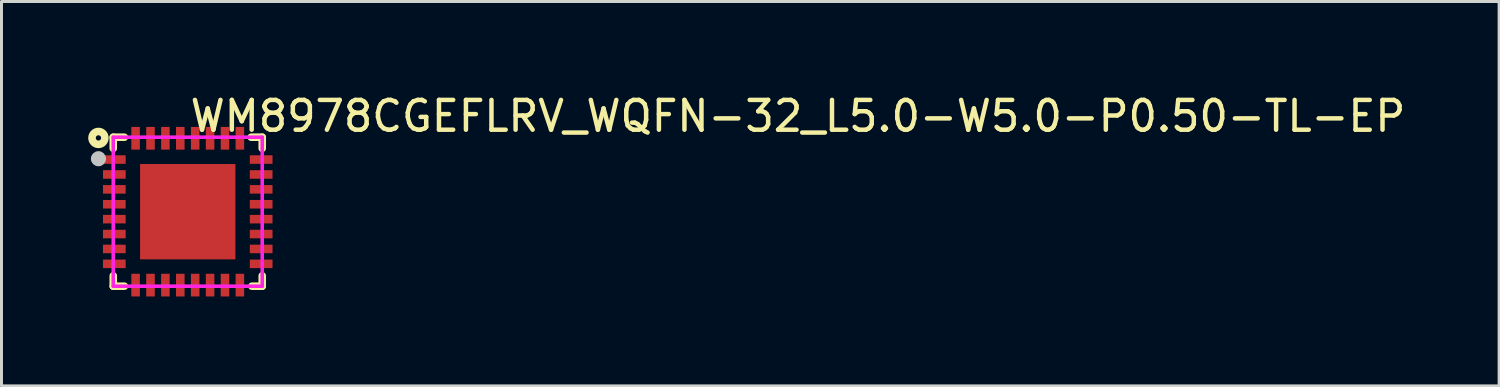
<source format=kicad_pcb>
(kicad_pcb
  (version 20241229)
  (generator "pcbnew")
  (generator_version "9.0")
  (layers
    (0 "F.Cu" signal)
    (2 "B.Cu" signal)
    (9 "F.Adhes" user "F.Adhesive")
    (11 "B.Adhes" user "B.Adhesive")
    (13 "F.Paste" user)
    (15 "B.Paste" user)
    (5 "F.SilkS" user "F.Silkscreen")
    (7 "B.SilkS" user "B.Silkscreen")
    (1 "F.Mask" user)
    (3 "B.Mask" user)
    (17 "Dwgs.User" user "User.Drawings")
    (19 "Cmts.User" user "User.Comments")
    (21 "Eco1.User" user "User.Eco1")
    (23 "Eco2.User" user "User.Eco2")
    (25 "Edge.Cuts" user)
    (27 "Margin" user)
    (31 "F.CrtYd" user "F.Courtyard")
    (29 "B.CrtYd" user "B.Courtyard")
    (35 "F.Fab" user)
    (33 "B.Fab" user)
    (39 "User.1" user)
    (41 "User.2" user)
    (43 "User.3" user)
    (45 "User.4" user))
  (footprint "WM8978CGEFLRV_WQFN-32_L5.0-W5.0-P0.50-TL-EP"
    (layer "F.Cu")
    (at 3.251 4.055)
    (property "Reference" "WM8978CGEFLRV_WQFN-32_L5.0-W5.0-P0.50-TL-EP" (at 0 -3.207 0) (layer "F.SilkS") (effects (font (size 1 1) (thickness 0.15)) (justify left)))
    (attr through_hole)
    (fp_line (start -2.5 -2.5) (end -2.5 -2.126) (stroke (width 0.254) (type solid)) (layer "F.SilkS"))
    (fp_line (start -2.5 -2.5) (end -2.126 -2.5) (stroke (width 0.254) (type solid)) (layer "F.SilkS"))
    (fp_line (start -2.5 2.151) (end -2.5 2.5) (stroke (width 0.254) (type solid)) (layer "F.SilkS"))
    (fp_line (start -2.126 2.5) (end -2.5 2.5) (stroke (width 0.254) (type solid)) (layer "F.SilkS"))
    (fp_line (start 2.129 -2.5) (end 2.5 -2.5) (stroke (width 0.254) (type solid)) (layer "F.SilkS"))
    (fp_line (start 2.5 -2.5) (end 2.5 -2.126) (stroke (width 0.254) (type solid)) (layer "F.SilkS"))
    (fp_line (start 2.5 2.151) (end 2.5 2.5) (stroke (width 0.254) (type solid)) (layer "F.SilkS"))
    (fp_line (start 2.5 2.5) (end 2.154 2.5) (stroke (width 0.254) (type solid)) (layer "F.SilkS"))
    (fp_circle (center -2.997 -2.476) (end -2.908 -2.476) (stroke (width 0.254) (type solid)) (fill no) (layer "F.SilkS"))
    (fp_circle (center -2.997 -1.778) (end -2.87 -1.778) (stroke (width 0.254) (type solid)) (fill no) (layer "Dwgs.User"))
    (fp_circle (center -2.45 -2.45) (end -2.4 -2.45) (stroke (width 0.1) (type solid)) (fill no) (layer "Eco2.User"))
    (fp_poly (pts (xy -2.483 -1.875) (xy -2.083 -1.875) (xy -2.083 -1.625) (xy -2.483 -1.625)) (stroke (width 0.12) (type solid)) (fill no) (layer "Eco2.User"))
    (fp_poly (pts (xy -2.483 -1.375) (xy -2.083 -1.375) (xy -2.083 -1.125) (xy -2.483 -1.125)) (stroke (width 0.12) (type solid)) (fill no) (layer "Eco2.User"))
    (fp_poly (pts (xy -2.483 -0.875) (xy -2.083 -0.875) (xy -2.083 -0.625) (xy -2.483 -0.625)) (stroke (width 0.12) (type solid)) (fill no) (layer "Eco2.User"))
    (fp_poly (pts (xy -2.483 -0.375) (xy -2.083 -0.375) (xy -2.083 -0.125) (xy -2.483 -0.125)) (stroke (width 0.12) (type solid)) (fill no) (layer "Eco2.User"))
    (fp_poly (pts (xy -2.483 0.125) (xy -2.083 0.125) (xy -2.083 0.375) (xy -2.483 0.375)) (stroke (width 0.12) (type solid)) (fill no) (layer "Eco2.User"))
    (fp_poly (pts (xy -2.483 0.625) (xy -2.083 0.625) (xy -2.083 0.875) (xy -2.483 0.875)) (stroke (width 0.12) (type solid)) (fill no) (layer "Eco2.User"))
    (fp_poly (pts (xy -2.483 1.125) (xy -2.083 1.125) (xy -2.083 1.375) (xy -2.483 1.375)) (stroke (width 0.12) (type solid)) (fill no) (layer "Eco2.User"))
    (fp_poly (pts (xy -2.483 1.625) (xy -2.083 1.625) (xy -2.083 1.875) (xy -2.483 1.875)) (stroke (width 0.12) (type solid)) (fill no) (layer "Eco2.User"))
    (fp_poly (pts (xy -1.875 -2.483) (xy -1.625 -2.483) (xy -1.625 -2.083) (xy -1.875 -2.083)) (stroke (width 0.12) (type solid)) (fill no) (layer "Eco2.User"))
    (fp_poly (pts (xy -1.875 2.083) (xy -1.625 2.083) (xy -1.625 2.483) (xy -1.875 2.483)) (stroke (width 0.12) (type solid)) (fill no) (layer "Eco2.User"))
    (fp_poly (pts (xy -1.6 -1.6) (xy 1.6 -1.6) (xy 1.6 1.6) (xy -1.6 1.6)) (stroke (width 0.12) (type solid)) (fill no) (layer "Eco2.User"))
    (fp_poly (pts (xy -1.375 -2.483) (xy -1.125 -2.483) (xy -1.125 -2.083) (xy -1.375 -2.083)) (stroke (width 0.12) (type solid)) (fill no) (layer "Eco2.User"))
    (fp_poly (pts (xy -1.375 2.083) (xy -1.125 2.083) (xy -1.125 2.483) (xy -1.375 2.483)) (stroke (width 0.12) (type solid)) (fill no) (layer "Eco2.User"))
    (fp_poly (pts (xy -0.875 -2.483) (xy -0.625 -2.483) (xy -0.625 -2.083) (xy -0.875 -2.083)) (stroke (width 0.12) (type solid)) (fill no) (layer "Eco2.User"))
    (fp_poly (pts (xy -0.875 2.083) (xy -0.625 2.083) (xy -0.625 2.483) (xy -0.875 2.483)) (stroke (width 0.12) (type solid)) (fill no) (layer "Eco2.User"))
    (fp_poly (pts (xy -0.375 -2.483) (xy -0.125 -2.483) (xy -0.125 -2.083) (xy -0.375 -2.083)) (stroke (width 0.12) (type solid)) (fill no) (layer "Eco2.User"))
    (fp_poly (pts (xy -0.375 2.083) (xy -0.125 2.083) (xy -0.125 2.483) (xy -0.375 2.483)) (stroke (width 0.12) (type solid)) (fill no) (layer "Eco2.User"))
    (fp_poly (pts (xy 0.125 -2.483) (xy 0.375 -2.483) (xy 0.375 -2.083) (xy 0.125 -2.083)) (stroke (width 0.12) (type solid)) (fill no) (layer "Eco2.User"))
    (fp_poly (pts (xy 0.125 2.083) (xy 0.375 2.083) (xy 0.375 2.483) (xy 0.125 2.483)) (stroke (width 0.12) (type solid)) (fill no) (layer "Eco2.User"))
    (fp_poly (pts (xy 0.625 -2.483) (xy 0.875 -2.483) (xy 0.875 -2.083) (xy 0.625 -2.083)) (stroke (width 0.12) (type solid)) (fill no) (layer "Eco2.User"))
    (fp_poly (pts (xy 0.625 2.083) (xy 0.875 2.083) (xy 0.875 2.483) (xy 0.625 2.483)) (stroke (width 0.12) (type solid)) (fill no) (layer "Eco2.User"))
    (fp_poly (pts (xy 1.125 -2.483) (xy 1.375 -2.483) (xy 1.375 -2.083) (xy 1.125 -2.083)) (stroke (width 0.12) (type solid)) (fill no) (layer "Eco2.User"))
    (fp_poly (pts (xy 1.125 2.083) (xy 1.375 2.083) (xy 1.375 2.483) (xy 1.125 2.483)) (stroke (width 0.12) (type solid)) (fill no) (layer "Eco2.User"))
    (fp_poly (pts (xy 1.625 -2.483) (xy 1.875 -2.483) (xy 1.875 -2.083) (xy 1.625 -2.083)) (stroke (width 0.12) (type solid)) (fill no) (layer "Eco2.User"))
    (fp_poly (pts (xy 1.625 2.083) (xy 1.875 2.083) (xy 1.875 2.483) (xy 1.625 2.483)) (stroke (width 0.12) (type solid)) (fill no) (layer "Eco2.User"))
    (fp_poly (pts (xy 2.083 -1.875) (xy 2.483 -1.875) (xy 2.483 -1.625) (xy 2.083 -1.625)) (stroke (width 0.12) (type solid)) (fill no) (layer "Eco2.User"))
    (fp_poly (pts (xy 2.083 -1.375) (xy 2.483 -1.375) (xy 2.483 -1.125) (xy 2.083 -1.125)) (stroke (width 0.12) (type solid)) (fill no) (layer "Eco2.User"))
    (fp_poly (pts (xy 2.083 -0.875) (xy 2.483 -0.875) (xy 2.483 -0.625) (xy 2.083 -0.625)) (stroke (width 0.12) (type solid)) (fill no) (layer "Eco2.User"))
    (fp_poly (pts (xy 2.083 -0.375) (xy 2.483 -0.375) (xy 2.483 -0.125) (xy 2.083 -0.125)) (stroke (width 0.12) (type solid)) (fill no) (layer "Eco2.User"))
    (fp_poly (pts (xy 2.083 0.125) (xy 2.483 0.125) (xy 2.483 0.375) (xy 2.083 0.375)) (stroke (width 0.12) (type solid)) (fill no) (layer "Eco2.User"))
    (fp_poly (pts (xy 2.083 0.625) (xy 2.483 0.625) (xy 2.483 0.875) (xy 2.083 0.875)) (stroke (width 0.12) (type solid)) (fill no) (layer "Eco2.User"))
    (fp_poly (pts (xy 2.083 1.125) (xy 2.483 1.125) (xy 2.483 1.375) (xy 2.083 1.375)) (stroke (width 0.12) (type solid)) (fill no) (layer "Eco2.User"))
    (fp_poly (pts (xy 2.083 1.625) (xy 2.483 1.625) (xy 2.483 1.875) (xy 2.083 1.875)) (stroke (width 0.12) (type solid)) (fill no) (layer "Eco2.User"))
    (fp_line (start -2.5 -2.5) (end 2.5 -2.5) (stroke (width 0.12) (type solid)) (layer "F.CrtYd"))
    (fp_line (start -2.5 2.5) (end -2.5 -2.5) (stroke (width 0.12) (type solid)) (layer "F.CrtYd"))
    (fp_line (start 2.5 -2.5) (end 2.5 2.5) (stroke (width 0.12) (type solid)) (layer "F.CrtYd"))
    (fp_line (start 2.5 2.5) (end -2.5 2.5) (stroke (width 0.12) (type solid)) (layer "F.CrtYd"))
    (pad "1" smd rect (at -2.464 -1.75) (size 0.762 0.287) (layers "F.Cu" "F.Mask" "F.Paste"))
    (pad "2" smd rect (at -2.464 -1.25) (size 0.762 0.287) (layers "F.Cu" "F.Mask" "F.Paste"))
    (pad "3" smd rect (at -2.464 -0.75) (size 0.762 0.287) (layers "F.Cu" "F.Mask" "F.Paste"))
    (pad "4" smd rect (at -2.464 -0.25) (size 0.762 0.287) (layers "F.Cu" "F.Mask" "F.Paste"))
    (pad "5" smd rect (at -2.464 0.25) (size 0.762 0.287) (layers "F.Cu" "F.Mask" "F.Paste"))
    (pad "6" smd rect (at -2.464 0.75) (size 0.762 0.287) (layers "F.Cu" "F.Mask" "F.Paste"))
    (pad "7" smd rect (at -2.464 1.25) (size 0.762 0.287) (layers "F.Cu" "F.Mask" "F.Paste"))
    (pad "8" smd rect (at -2.464 1.75) (size 0.762 0.287) (layers "F.Cu" "F.Mask" "F.Paste"))
    (pad "9" smd rect (at -1.75 2.464) (size 0.287 0.762) (layers "F.Cu" "F.Mask" "F.Paste"))
    (pad "10" smd rect (at -1.25 2.464) (size 0.287 0.762) (layers "F.Cu" "F.Mask" "F.Paste"))
    (pad "11" smd rect (at -0.75 2.464) (size 0.287 0.762) (layers "F.Cu" "F.Mask" "F.Paste"))
    (pad "12" smd rect (at -0.25 2.464) (size 0.287 0.762) (layers "F.Cu" "F.Mask" "F.Paste"))
    (pad "13" smd rect (at 0.25 2.464) (size 0.287 0.762) (layers "F.Cu" "F.Mask" "F.Paste"))
    (pad "14" smd rect (at 0.75 2.464) (size 0.287 0.762) (layers "F.Cu" "F.Mask" "F.Paste"))
    (pad "15" smd rect (at 1.25 2.464) (size 0.287 0.762) (layers "F.Cu" "F.Mask" "F.Paste"))
    (pad "16" smd rect (at 1.75 2.464) (size 0.287 0.762) (layers "F.Cu" "F.Mask" "F.Paste"))
    (pad "17" smd rect (at 2.464 1.75) (size 0.762 0.287) (layers "F.Cu" "F.Mask" "F.Paste"))
    (pad "18" smd rect (at 2.464 1.25) (size 0.762 0.287) (layers "F.Cu" "F.Mask" "F.Paste"))
    (pad "19" smd rect (at 2.464 0.75) (size 0.762 0.287) (layers "F.Cu" "F.Mask" "F.Paste"))
    (pad "20" smd rect (at 2.464 0.25) (size 0.762 0.287) (layers "F.Cu" "F.Mask" "F.Paste"))
    (pad "21" smd rect (at 2.464 -0.25) (size 0.762 0.287) (layers "F.Cu" "F.Mask" "F.Paste"))
    (pad "22" smd rect (at 2.464 -0.75) (size 0.762 0.287) (layers "F.Cu" "F.Mask" "F.Paste"))
    (pad "23" smd rect (at 2.464 -1.25) (size 0.762 0.287) (layers "F.Cu" "F.Mask" "F.Paste"))
    (pad "24" smd rect (at 2.464 -1.75) (size 0.762 0.287) (layers "F.Cu" "F.Mask" "F.Paste"))
    (pad "25" smd rect (at 1.75 -2.464) (size 0.287 0.762) (layers "F.Cu" "F.Mask" "F.Paste"))
    (pad "26" smd rect (at 1.25 -2.464) (size 0.287 0.762) (layers "F.Cu" "F.Mask" "F.Paste"))
    (pad "27" smd rect (at 0.75 -2.464) (size 0.287 0.762) (layers "F.Cu" "F.Mask" "F.Paste"))
    (pad "28" smd rect (at 0.25 -2.464) (size 0.287 0.762) (layers "F.Cu" "F.Mask" "F.Paste"))
    (pad "29" smd rect (at -0.25 -2.464) (size 0.287 0.762) (layers "F.Cu" "F.Mask" "F.Paste"))
    (pad "30" smd rect (at -0.75 -2.464) (size 0.287 0.762) (layers "F.Cu" "F.Mask" "F.Paste"))
    (pad "31" smd rect (at -1.25 -2.464) (size 0.287 0.762) (layers "F.Cu" "F.Mask" "F.Paste"))
    (pad "32" smd rect (at -1.75 -2.464) (size 0.287 0.762) (layers "F.Cu" "F.Mask" "F.Paste"))
    (pad "33" smd rect (at 0 0) (size 3.2 3.2) (layers "F.Cu" "F.Mask" "F.Paste")))
  (gr_rect
    (start -3 -3)
    (end 47.263 9.9)
    (stroke (width 0.1) (type default))
    (fill no)
    (layer "Edge.Cuts")))
</source>
